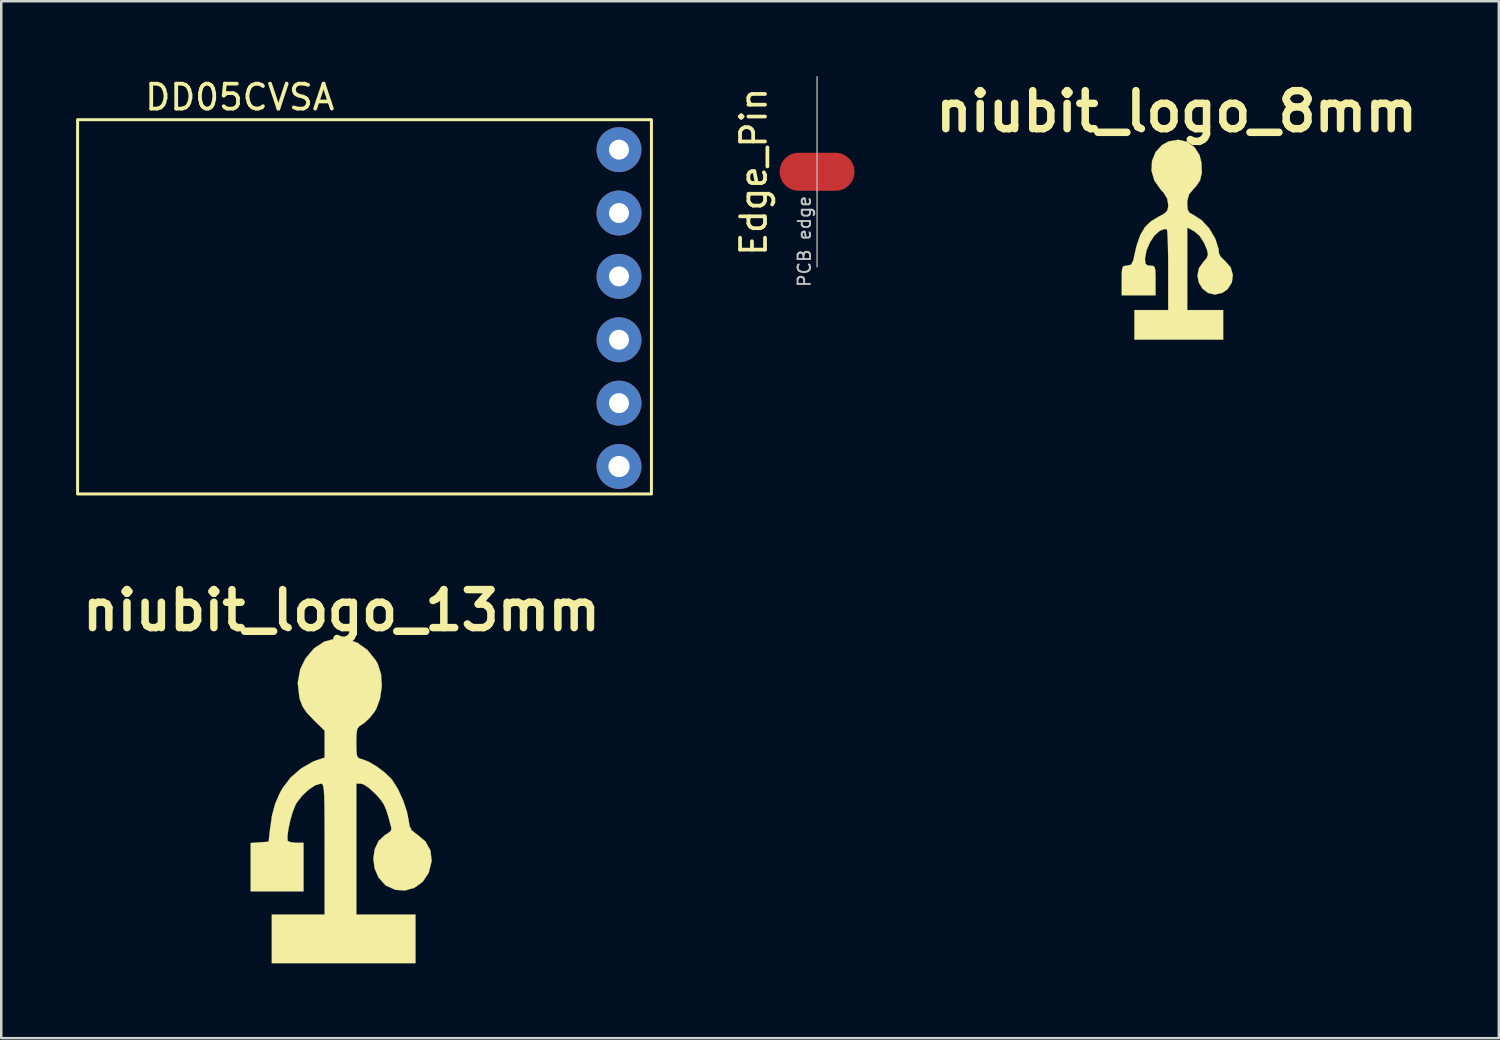
<source format=kicad_pcb>
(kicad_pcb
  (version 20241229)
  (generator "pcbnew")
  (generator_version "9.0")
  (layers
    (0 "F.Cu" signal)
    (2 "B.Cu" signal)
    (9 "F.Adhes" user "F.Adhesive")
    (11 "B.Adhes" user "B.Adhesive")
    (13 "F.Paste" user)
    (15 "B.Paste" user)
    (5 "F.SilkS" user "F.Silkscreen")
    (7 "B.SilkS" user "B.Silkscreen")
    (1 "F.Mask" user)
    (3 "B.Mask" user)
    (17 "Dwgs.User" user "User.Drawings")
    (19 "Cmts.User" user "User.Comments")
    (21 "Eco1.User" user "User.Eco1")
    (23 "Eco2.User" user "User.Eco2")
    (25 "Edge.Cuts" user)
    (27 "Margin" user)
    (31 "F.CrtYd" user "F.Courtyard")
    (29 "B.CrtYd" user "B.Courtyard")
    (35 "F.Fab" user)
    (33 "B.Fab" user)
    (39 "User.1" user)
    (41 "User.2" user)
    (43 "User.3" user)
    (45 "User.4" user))
  (footprint "niubit_logo_8mm"
    (layer "F.Cu")
    (at 44.112 6.498)
    (property "Reference" "niubit_logo_8mm" (at 0 -5.08 0) (layer "F.SilkS") (effects (font (size 1.524 1.524) (thickness 0.3))))
    (attr through_hole)
    (fp_poly (pts (xy 0.417 -3.863) (xy 0.712 -3.65) (xy 0.917 -3.33) (xy 0.992 -3.029) (xy 1.008 -2.625) (xy 0.938 -2.322) (xy 0.767 -2.067) (xy 0.678 -1.976) (xy 0.498 -1.761) (xy 0.429 -1.523) (xy 0.423 -1.386) (xy 0.439 -1.153) (xy 0.51 -1.023) (xy 0.673 -0.933) (xy 0.676 -0.932) (xy 1.011 -0.715) (xy 1.313 -0.382) (xy 1.546 0.015) (xy 1.677 0.423) (xy 1.693 0.598) (xy 1.756 0.733) (xy 1.912 0.891) (xy 1.94 0.912) (xy 2.163 1.167) (xy 2.252 1.47) (xy 2.21 1.777) (xy 2.04 2.043) (xy 1.834 2.187) (xy 1.53 2.258) (xy 1.257 2.193) (xy 1.037 2.023) (xy 0.889 1.78) (xy 0.834 1.497) (xy 0.893 1.206) (xy 1.058 0.966) (xy 1.201 0.804) (xy 1.255 0.66) (xy 1.222 0.477) (xy 1.107 0.2) (xy 1.105 0.196) (xy 0.916 -0.1) (xy 0.684 -0.293) (xy 0.423 -0.428) (xy 0.423 2.879) (xy 1.863 2.879) (xy 1.863 4.064) (xy -1.693 4.064) (xy -1.693 2.879) (xy -0.339 2.879) (xy -0.339 1.284) (xy -0.341 0.781) (xy -0.349 0.338) (xy -0.36 -0.019) (xy -0.375 -0.262) (xy -0.391 -0.363) (xy -0.392 -0.364) (xy -0.496 -0.366) (xy -0.673 -0.299) (xy -0.679 -0.295) (xy -0.886 -0.115) (xy -1.075 0.172) (xy -1.214 0.505) (xy -1.27 0.821) (xy -1.27 0.831) (xy -1.25 1.02) (xy -1.164 1.092) (xy -1.058 1.101) (xy -0.948 1.109) (xy -0.884 1.16) (xy -0.855 1.29) (xy -0.847 1.535) (xy -0.847 1.693) (xy -0.847 2.286) (xy -2.201 2.286) (xy -2.201 1.693) (xy -2.198 1.384) (xy -2.18 1.206) (xy -2.134 1.125) (xy -2.046 1.102) (xy -1.991 1.101) (xy -1.823 1.058) (xy -1.743 0.899) (xy -1.736 0.868) (xy -1.608 0.305) (xy -1.461 -0.12) (xy -1.277 -0.435) (xy -1.039 -0.672) (xy -0.73 -0.86) (xy -0.711 -0.869) (xy -0.485 -0.992) (xy -0.374 -1.108) (xy -0.34 -1.267) (xy -0.339 -1.347) (xy -0.376 -1.581) (xy -0.507 -1.803) (xy -0.649 -1.962) (xy -0.896 -2.316) (xy -1.007 -2.706) (xy -0.988 -3.095) (xy -0.845 -3.451) (xy -0.584 -3.736) (xy -0.32 -3.881) (xy 0.062 -3.946) (xy 0.417 -3.863)) (stroke (width 0.01) (type solid)) (fill yes) (layer "F.SilkS")))
  (footprint "niubit_logo_13mm"
    (layer "F.Cu")
    (at 10.639 29.036)
    (property "Reference" "niubit_logo_13mm" (at 0 -7.62 0) (layer "F.SilkS") (effects (font (size 1.524 1.524) (thickness 0.3))))
    (attr through_hole)
    (fp_poly (pts (xy 0.201 -6.474) (xy 0.64 -6.32) (xy 1.041 -6.031) (xy 1.378 -5.607) (xy 1.455 -5.469) (xy 1.583 -5.066) (xy 1.613 -4.592) (xy 1.549 -4.108) (xy 1.395 -3.679) (xy 1.326 -3.562) (xy 1.134 -3.318) (xy 0.923 -3.118) (xy 0.841 -3.062) (xy 0.712 -2.979) (xy 0.638 -2.882) (xy 0.604 -2.726) (xy 0.594 -2.466) (xy 0.593 -2.314) (xy 0.596 -1.999) (xy 0.614 -1.814) (xy 0.662 -1.718) (xy 0.756 -1.673) (xy 0.839 -1.653) (xy 1.095 -1.551) (xy 1.408 -1.364) (xy 1.72 -1.131) (xy 1.975 -0.892) (xy 2.029 -0.828) (xy 2.259 -0.463) (xy 2.468 -0.009) (xy 2.623 0.456) (xy 2.682 0.754) (xy 2.729 1.027) (xy 2.812 1.194) (xy 2.967 1.32) (xy 3.011 1.347) (xy 3.362 1.639) (xy 3.564 2.003) (xy 3.612 2.421) (xy 3.5 2.875) (xy 3.484 2.913) (xy 3.248 3.262) (xy 2.922 3.496) (xy 2.545 3.605) (xy 2.153 3.579) (xy 1.783 3.408) (xy 1.743 3.377) (xy 1.48 3.082) (xy 1.325 2.72) (xy 1.276 2.329) (xy 1.33 1.95) (xy 1.486 1.62) (xy 1.744 1.379) (xy 1.821 1.339) (xy 1.977 1.218) (xy 2 1.108) (xy 1.888 0.686) (xy 1.796 0.388) (xy 1.704 0.172) (xy 1.593 -0.002) (xy 1.444 -0.176) (xy 1.355 -0.27) (xy 1.102 -0.503) (xy 0.886 -0.646) (xy 0.778 -0.677) (xy 0.593 -0.677) (xy 0.593 4.572) (xy 2.963 4.572) (xy 2.963 6.519) (xy -2.794 6.519) (xy -2.794 4.572) (xy -0.677 4.572) (xy -0.677 1.947) (xy -0.678 1.212) (xy -0.68 0.628) (xy -0.684 0.178) (xy -0.693 -0.155) (xy -0.706 -0.388) (xy -0.725 -0.54) (xy -0.75 -0.627) (xy -0.784 -0.667) (xy -0.826 -0.677) (xy -0.834 -0.677) (xy -1.054 -0.611) (xy -1.316 -0.438) (xy -1.576 -0.196) (xy -1.788 0.076) (xy -1.854 0.194) (xy -1.957 0.455) (xy -2.05 0.774) (xy -2.122 1.1) (xy -2.164 1.385) (xy -2.165 1.579) (xy -2.152 1.621) (xy -2.044 1.67) (xy -1.842 1.693) (xy -1.815 1.693) (xy -1.524 1.693) (xy -1.524 3.641) (xy -3.641 3.641) (xy -3.641 1.703) (xy -3.281 1.677) (xy -2.921 1.651) (xy -2.864 1.134) (xy -2.782 0.582) (xy -2.66 0.13) (xy -2.477 -0.29) (xy -2.369 -0.488) (xy -2.044 -0.916) (xy -1.615 -1.29) (xy -1.141 -1.56) (xy -0.998 -1.615) (xy -0.677 -1.72) (xy -0.677 -2.801) (xy -1.13 -3.243) (xy -1.395 -3.524) (xy -1.56 -3.766) (xy -1.662 -4.028) (xy -1.689 -4.131) (xy -1.754 -4.715) (xy -1.656 -5.257) (xy -1.446 -5.691) (xy -1.101 -6.1) (xy -0.695 -6.366) (xy -0.253 -6.49) (xy 0.201 -6.474)) (stroke (width 0.01) (type solid)) (fill yes) (layer "F.SilkS")))
  (footprint "Edge_Pin"
    (layer "F.Cu")
    (at 29.698 3.835)
    (property "Reference" "Edge_Pin" (at -2.54 0 90) (layer "F.SilkS") (effects (font (size 1 1) (thickness 0.15))))
    (attr through_hole)
    (fp_line (start 0 -3.81) (end 0 3.81) (stroke (width 0.05) (type solid)) (layer "Dwgs.User"))
    (fp_text user "PCB edge" (at -0.508 2.794 90) (layer "Dwgs.User") (effects (font (size 0.5 0.5) (thickness 0.075))))
    (pad "1" smd oval (at 0 0) (size 3 1.524) (layers "F.Cu" "F.Mask" "F.Paste")))
  (footprint "DD05CVSA"
    (layer "F.Cu")
    (at 23.06 16.748)
    (property "Reference" "DD05CVSA" (at -16.5 -15.9 0) (unlocked yes) (layer "F.SilkS") (effects (font (size 1 1) (thickness 0.15))))
    (attr through_hole)
    (fp_rect (start 0 0) (end -23 -15) (stroke (width 0.12) (type solid)) (fill no) (layer "F.SilkS"))
    (pad "1" thru_hole circle (at -1.3 -1.1) (size 1.8 1.8) (drill 0.85) (layers "*.Cu" "*.Mask"))
    (pad "2" thru_hole circle (at -1.3 -3.64) (size 1.8 1.8) (drill 0.8) (layers "*.Cu" "*.Mask"))
    (pad "3" thru_hole circle (at -1.3 -6.18) (size 1.8 1.8) (drill 0.8) (layers "*.Cu" "*.Mask"))
    (pad "4" thru_hole circle (at -1.3 -8.72) (size 1.8 1.8) (drill 0.8) (layers "*.Cu" "*.Mask"))
    (pad "5" thru_hole circle (at -1.3 -11.26) (size 1.8 1.8) (drill 0.8) (layers "*.Cu" "*.Mask"))
    (pad "6" thru_hole circle (at -1.3 -13.8) (size 1.8 1.8) (drill 0.8) (layers "*.Cu" "*.Mask")))
  (gr_rect
    (start -3 -3)
    (end 57.025 38.561)
    (stroke (width 0.1) (type default))
    (fill no)
    (layer "Edge.Cuts")))
</source>
